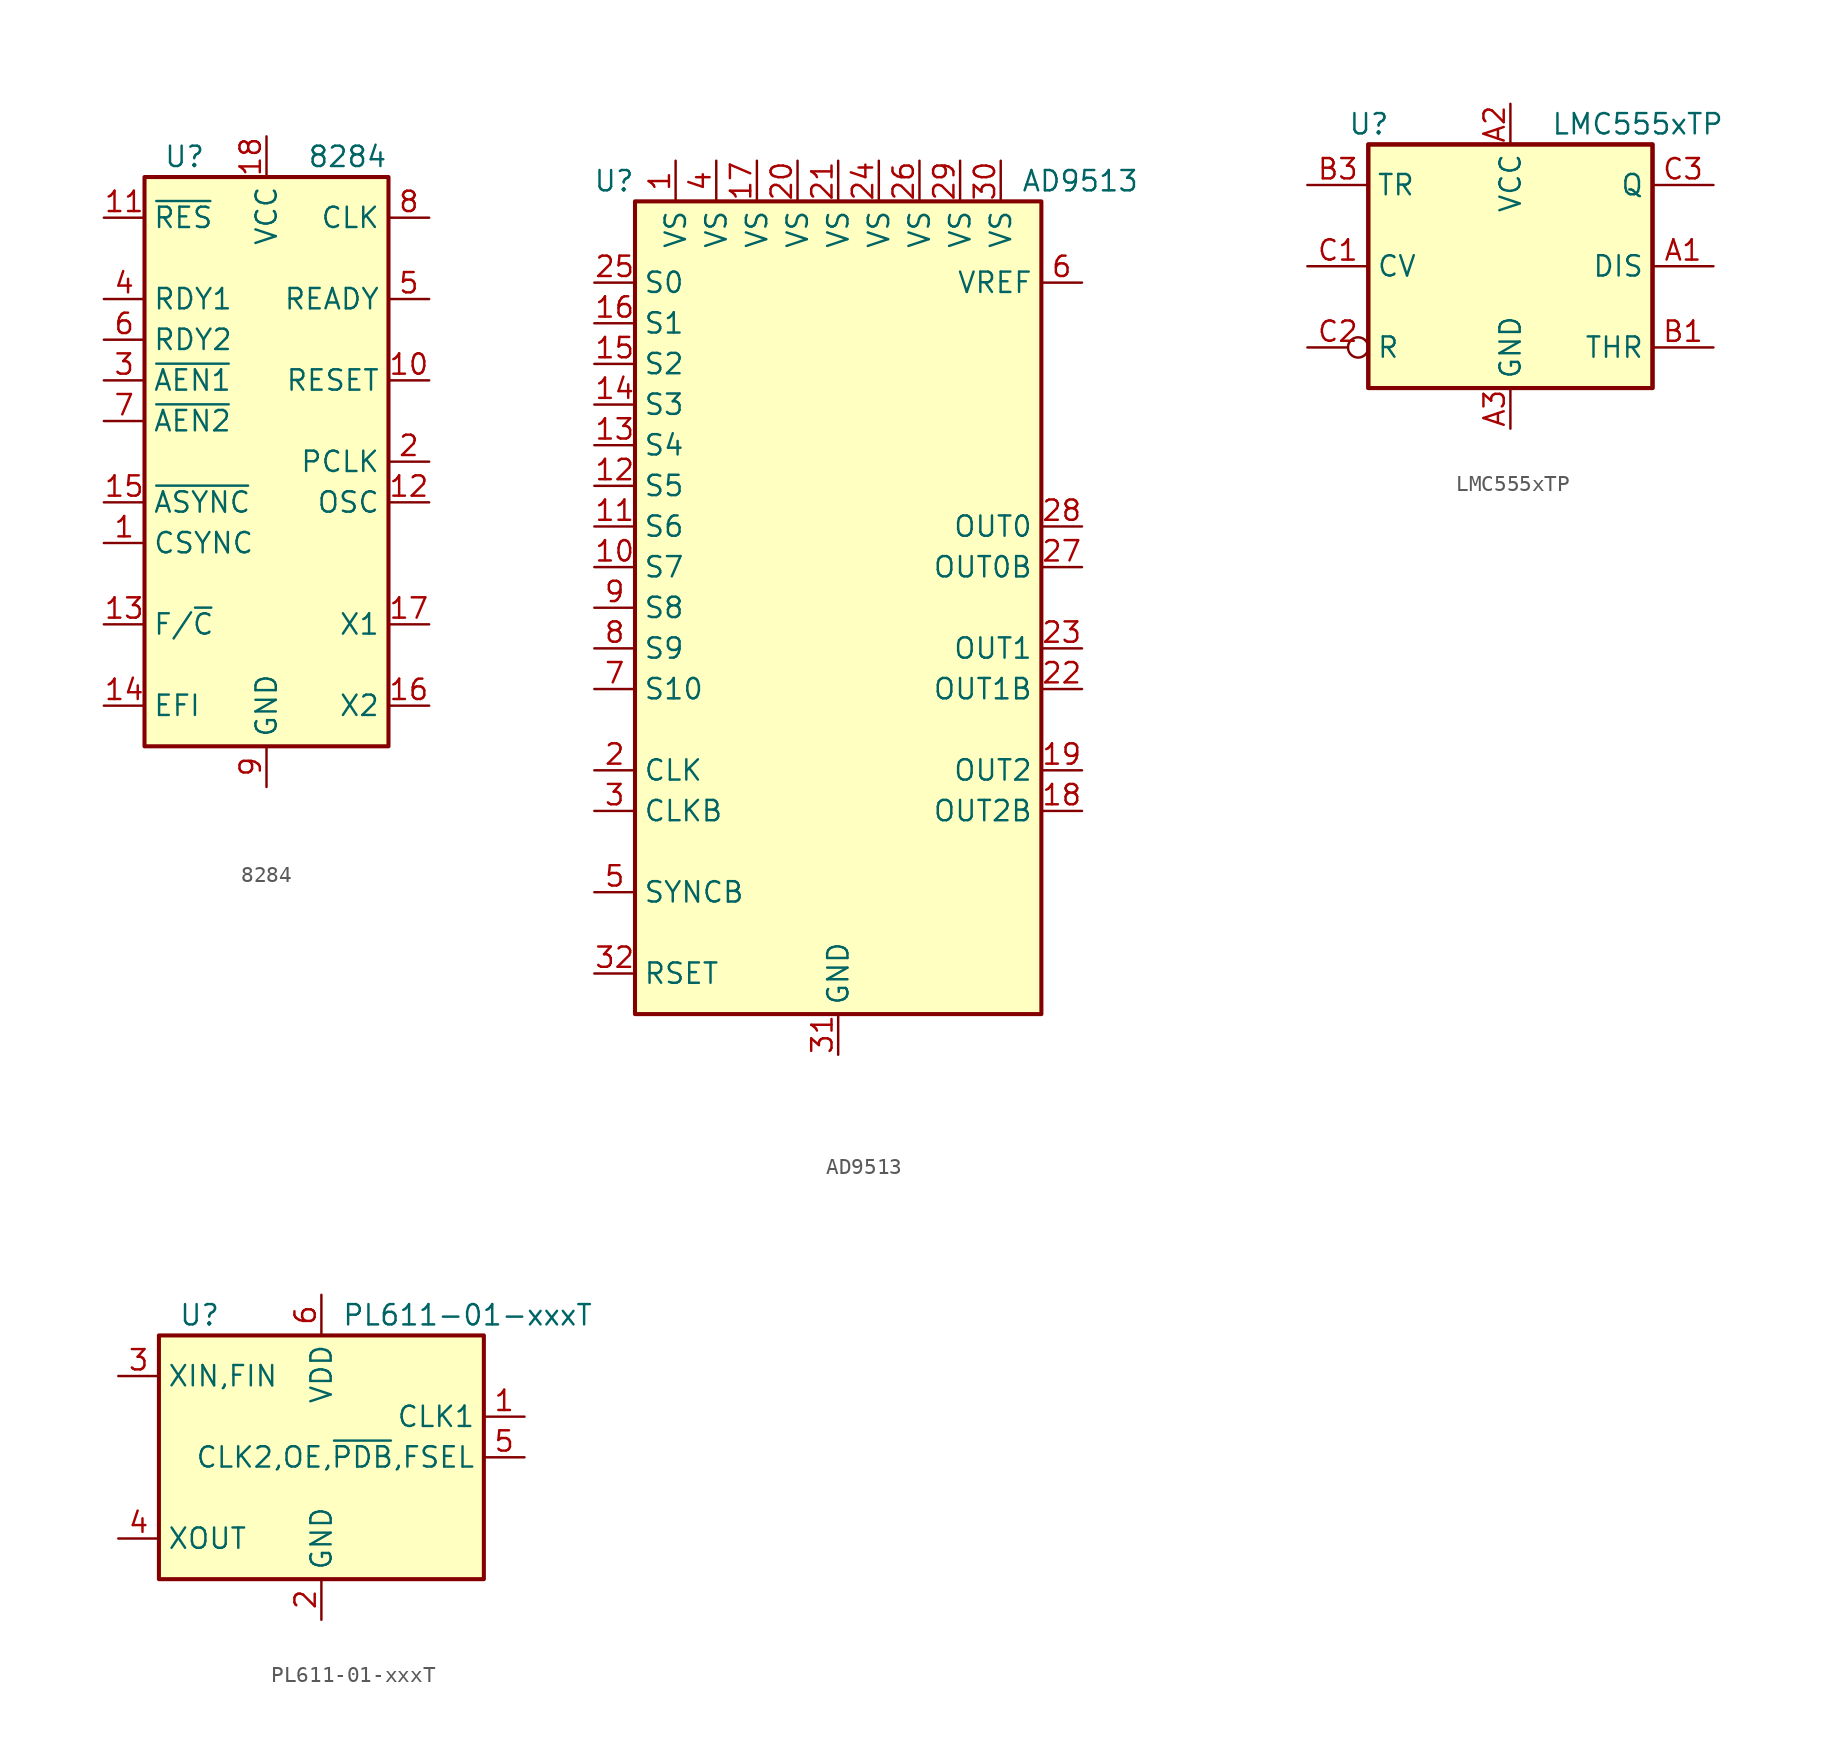
<source format=kicad_sym>
(kicad_symbol_lib
  (version 20201005)
  (generator kicad_symbol_editor)
  (symbol "8284"
    (property "Reference" "U"
      (at -3.81 19.05 0)
      (effects (font (size 1.27 1.27)) (justify right)))
    (property "Value" "8284"
      (at 2.54 19.05 0)
      (effects (font (size 1.27 1.27)) (justify left)))
    (symbol "8284_0_0"
      (rectangle (start -7.62 -17.78) (end 7.62 17.78) (stroke (width 0.254)) (fill (type background))))
    (symbol "8284_1_1"
      (pin input line (at -10.16 -5.08 0) (length 2.54) (name "CSYNC" (effects (font (size 1.27 1.27)))) (number "1" (effects (font (size 1.27 1.27)))))
      (pin output line (at 10.16 5.08 180) (length 2.54) (name "RESET" (effects (font (size 1.27 1.27)))) (number "10" (effects (font (size 1.27 1.27)))))
      (pin input line (at -10.16 15.24 0) (length 2.54) (name "~RES" (effects (font (size 1.27 1.27)))) (number "11" (effects (font (size 1.27 1.27)))))
      (pin output line (at 10.16 -2.54 180) (length 2.54) (name "OSC" (effects (font (size 1.27 1.27)))) (number "12" (effects (font (size 1.27 1.27)))))
      (pin input line (at -10.16 -10.16 0) (length 2.54) (name "F/~C" (effects (font (size 1.27 1.27)))) (number "13" (effects (font (size 1.27 1.27)))))
      (pin input line (at -10.16 -15.24 0) (length 2.54) (name "EFI" (effects (font (size 1.27 1.27)))) (number "14" (effects (font (size 1.27 1.27)))))
      (pin input line (at -10.16 -2.54 0) (length 2.54) (name "~ASYNC" (effects (font (size 1.27 1.27)))) (number "15" (effects (font (size 1.27 1.27)))))
      (pin output line (at 10.16 -15.24 180) (length 2.54) (name "X2" (effects (font (size 1.27 1.27)))) (number "16" (effects (font (size 1.27 1.27)))))
      (pin input line (at 10.16 -10.16 180) (length 2.54) (name "X1" (effects (font (size 1.27 1.27)))) (number "17" (effects (font (size 1.27 1.27)))))
      (pin power_in line (at 0 20.32 270) (length 2.54) (name "VCC" (effects (font (size 1.27 1.27)))) (number "18" (effects (font (size 1.27 1.27)))))
      (pin output line (at 10.16 0 180) (length 2.54) (name "PCLK" (effects (font (size 1.27 1.27)))) (number "2" (effects (font (size 1.27 1.27)))))
      (pin input line (at -10.16 5.08 0) (length 2.54) (name "~AEN1" (effects (font (size 1.27 1.27)))) (number "3" (effects (font (size 1.27 1.27)))))
      (pin input line (at -10.16 10.16 0) (length 2.54) (name "RDY1" (effects (font (size 1.27 1.27)))) (number "4" (effects (font (size 1.27 1.27)))))
      (pin output line (at 10.16 10.16 180) (length 2.54) (name "READY" (effects (font (size 1.27 1.27)))) (number "5" (effects (font (size 1.27 1.27)))))
      (pin input line (at -10.16 7.62 0) (length 2.54) (name "RDY2" (effects (font (size 1.27 1.27)))) (number "6" (effects (font (size 1.27 1.27)))))
      (pin input line (at -10.16 2.54 0) (length 2.54) (name "~AEN2" (effects (font (size 1.27 1.27)))) (number "7" (effects (font (size 1.27 1.27)))))
      (pin output line (at 10.16 15.24 180) (length 2.54) (name "CLK" (effects (font (size 1.27 1.27)))) (number "8" (effects (font (size 1.27 1.27)))))
      (pin power_in line (at 0 -20.32 90) (length 2.54) (name "GND" (effects (font (size 1.27 1.27)))) (number "9" (effects (font (size 1.27 1.27)))))))
  (symbol "AD9513"
    (property "Reference" "U"
      (at -12.7 26.67 0)
      (effects (font (size 1.27 1.27)) (justify right)))
    (property "Value" "AD9513"
      (at 11.43 26.67 0)
      (effects (font (size 1.27 1.27)) (justify left)))
    (symbol "AD9513_0_1"
      (rectangle (start -12.7 25.4) (end 12.7 -25.4) (stroke (width 0.254)) (fill (type background))))
    (symbol "AD9513_1_1"
      (pin power_in line (at -10.16 27.94 270) (length 2.54) (name "VS" (effects (font (size 1.27 1.27)))) (number "1" (effects (font (size 1.27 1.27)))))
      (pin input line (at -15.24 2.54 0) (length 2.54) (name "S7" (effects (font (size 1.27 1.27)))) (number "10" (effects (font (size 1.27 1.27)))))
      (pin input line (at -15.24 5.08 0) (length 2.54) (name "S6" (effects (font (size 1.27 1.27)))) (number "11" (effects (font (size 1.27 1.27)))))
      (pin input line (at -15.24 7.62 0) (length 2.54) (name "S5" (effects (font (size 1.27 1.27)))) (number "12" (effects (font (size 1.27 1.27)))))
      (pin input line (at -15.24 10.16 0) (length 2.54) (name "S4" (effects (font (size 1.27 1.27)))) (number "13" (effects (font (size 1.27 1.27)))))
      (pin input line (at -15.24 12.7 0) (length 2.54) (name "S3" (effects (font (size 1.27 1.27)))) (number "14" (effects (font (size 1.27 1.27)))))
      (pin input line (at -15.24 15.24 0) (length 2.54) (name "S2" (effects (font (size 1.27 1.27)))) (number "15" (effects (font (size 1.27 1.27)))))
      (pin input line (at -15.24 17.78 0) (length 2.54) (name "S1" (effects (font (size 1.27 1.27)))) (number "16" (effects (font (size 1.27 1.27)))))
      (pin power_in line (at -5.08 27.94 270) (length 2.54) (name "VS" (effects (font (size 1.27 1.27)))) (number "17" (effects (font (size 1.27 1.27)))))
      (pin output line (at 15.24 -12.7 180) (length 2.54) (name "OUT2B" (effects (font (size 1.27 1.27)))) (number "18" (effects (font (size 1.27 1.27)))))
      (pin output line (at 15.24 -10.16 180) (length 2.54) (name "OUT2" (effects (font (size 1.27 1.27)))) (number "19" (effects (font (size 1.27 1.27)))))
      (pin input line (at -15.24 -10.16 0) (length 2.54) (name "CLK" (effects (font (size 1.27 1.27)))) (number "2" (effects (font (size 1.27 1.27)))))
      (pin power_in line (at -2.54 27.94 270) (length 2.54) (name "VS" (effects (font (size 1.27 1.27)))) (number "20" (effects (font (size 1.27 1.27)))))
      (pin power_in line (at 0 27.94 270) (length 2.54) (name "VS" (effects (font (size 1.27 1.27)))) (number "21" (effects (font (size 1.27 1.27)))))
      (pin output line (at 15.24 -5.08 180) (length 2.54) (name "OUT1B" (effects (font (size 1.27 1.27)))) (number "22" (effects (font (size 1.27 1.27)))))
      (pin output line (at 15.24 -2.54 180) (length 2.54) (name "OUT1" (effects (font (size 1.27 1.27)))) (number "23" (effects (font (size 1.27 1.27)))))
      (pin power_in line (at 2.54 27.94 270) (length 2.54) (name "VS" (effects (font (size 1.27 1.27)))) (number "24" (effects (font (size 1.27 1.27)))))
      (pin input line (at -15.24 20.32 0) (length 2.54) (name "S0" (effects (font (size 1.27 1.27)))) (number "25" (effects (font (size 1.27 1.27)))))
      (pin power_in line (at 5.08 27.94 270) (length 2.54) (name "VS" (effects (font (size 1.27 1.27)))) (number "26" (effects (font (size 1.27 1.27)))))
      (pin output line (at 15.24 2.54 180) (length 2.54) (name "OUT0B" (effects (font (size 1.27 1.27)))) (number "27" (effects (font (size 1.27 1.27)))))
      (pin output line (at 15.24 5.08 180) (length 2.54) (name "OUT0" (effects (font (size 1.27 1.27)))) (number "28" (effects (font (size 1.27 1.27)))))
      (pin power_in line (at 7.62 27.94 270) (length 2.54) (name "VS" (effects (font (size 1.27 1.27)))) (number "29" (effects (font (size 1.27 1.27)))))
      (pin input line (at -15.24 -12.7 0) (length 2.54) (name "CLKB" (effects (font (size 1.27 1.27)))) (number "3" (effects (font (size 1.27 1.27)))))
      (pin power_in line (at 10.16 27.94 270) (length 2.54) (name "VS" (effects (font (size 1.27 1.27)))) (number "30" (effects (font (size 1.27 1.27)))))
      (pin power_in line (at 0 -27.94 90) (length 2.54) (name "GND" (effects (font (size 1.27 1.27)))) (number "31" (effects (font (size 1.27 1.27)))))
      (pin passive line (at -15.24 -22.86 0) (length 2.54) (name "RSET" (effects (font (size 1.27 1.27)))) (number "32" (effects (font (size 1.27 1.27)))))
      (pin passive line (at 0 -27.94 90) (length 2.54) hide (name "GND" (effects (font (size 1.27 1.27)))) (number "33" (effects (font (size 1.27 1.27)))))
      (pin power_in line (at -7.62 27.94 270) (length 2.54) (name "VS" (effects (font (size 1.27 1.27)))) (number "4" (effects (font (size 1.27 1.27)))))
      (pin input line (at -15.24 -17.78 0) (length 2.54) (name "SYNCB" (effects (font (size 1.27 1.27)))) (number "5" (effects (font (size 1.27 1.27)))))
      (pin power_out line (at 15.24 20.32 180) (length 2.54) (name "VREF" (effects (font (size 1.27 1.27)))) (number "6" (effects (font (size 1.27 1.27)))))
      (pin input line (at -15.24 -5.08 0) (length 2.54) (name "S10" (effects (font (size 1.27 1.27)))) (number "7" (effects (font (size 1.27 1.27)))))
      (pin input line (at -15.24 -2.54 0) (length 2.54) (name "S9" (effects (font (size 1.27 1.27)))) (number "8" (effects (font (size 1.27 1.27)))))
      (pin input line (at -15.24 0 0) (length 2.54) (name "S8" (effects (font (size 1.27 1.27)))) (number "9" (effects (font (size 1.27 1.27)))))))
  (symbol "LMC555xTP"
    (property "Reference" "U"
      (at -10.16 8.89 0)
      (effects (font (size 1.27 1.27)) (justify left)))
    (property "Value" "LMC555xTP"
      (at 2.54 8.89 0)
      (effects (font (size 1.27 1.27)) (justify left)))
    (symbol "LMC555xTP_0_0"
      (pin power_in line (at 0 10.16 270) (length 2.54) (name "VCC" (effects (font (size 1.27 1.27)))) (number "A2" (effects (font (size 1.27 1.27)))))
      (pin power_in line (at 0 -10.16 90) (length 2.54) (name "GND" (effects (font (size 1.27 1.27)))) (number "A3" (effects (font (size 1.27 1.27))))))
    (symbol "LMC555xTP_0_1"
      (rectangle (start -8.89 -7.62) (end 8.89 7.62) (stroke (width 0.254)) (fill (type background)))
      (rectangle (start -8.89 -7.62) (end 8.89 7.62) (stroke (width 0.254)) (fill (type background))))
    (symbol "LMC555xTP_1_1"
      (pin input line (at 12.7 0 180) (length 3.81) (name "DIS" (effects (font (size 1.27 1.27)))) (number "A1" (effects (font (size 1.27 1.27)))))
      (pin input line (at 12.7 -5.08 180) (length 3.81) (name "THR" (effects (font (size 1.27 1.27)))) (number "B1" (effects (font (size 1.27 1.27)))))
      (pin input line (at -12.7 5.08 0) (length 3.81) (name "TR" (effects (font (size 1.27 1.27)))) (number "B3" (effects (font (size 1.27 1.27)))))
      (pin input line (at -12.7 0 0) (length 3.81) (name "CV" (effects (font (size 1.27 1.27)))) (number "C1" (effects (font (size 1.27 1.27)))))
      (pin input inverted (at -12.7 -5.08 0) (length 3.81) (name "R" (effects (font (size 1.27 1.27)))) (number "C2" (effects (font (size 1.27 1.27)))))
      (pin output line (at 12.7 5.08 180) (length 3.81) (name "Q" (effects (font (size 1.27 1.27)))) (number "C3" (effects (font (size 1.27 1.27)))))))
  (symbol "PL611-01-xxxT"
    (property "Reference" "U"
      (at -7.62 8.89 0)
      (effects (font (size 1.27 1.27))))
    (property "Value" "PL611-01-xxxT"
      (at 1.27 8.89 0)
      (effects (font (size 1.27 1.27)) (justify left)))
    (symbol "PL611-01-xxxT_0_1"
      (rectangle (start -10.16 7.62) (end 10.16 -7.62) (stroke (width 0.254)) (fill (type background))))
    (symbol "PL611-01-xxxT_1_1"
      (pin output line (at 12.7 2.54 180) (length 2.54) (name "CLK1" (effects (font (size 1.27 1.27)))) (number "1" (effects (font (size 1.27 1.27)))))
      (pin power_in line (at 0 -10.16 90) (length 2.54) (name "GND" (effects (font (size 1.27 1.27)))) (number "2" (effects (font (size 1.27 1.27)))))
      (pin input line (at -12.7 5.08 0) (length 2.54) (name "XIN,FIN" (effects (font (size 1.27 1.27)))) (number "3" (effects (font (size 1.27 1.27)))))
      (pin output line (at -12.7 -5.08 0) (length 2.54) (name "XOUT" (effects (font (size 1.27 1.27)))) (number "4" (effects (font (size 1.27 1.27)))))
      (pin bidirectional line (at 12.7 0 180) (length 2.54) (name "CLK2,OE,~PDB~,FSEL" (effects (font (size 1.27 1.27)))) (number "5" (effects (font (size 1.27 1.27)))))
      (pin power_in line (at 0 10.16 270) (length 2.54) (name "VDD" (effects (font (size 1.27 1.27)))) (number "6" (effects (font (size 1.27 1.27))))))))
</source>
